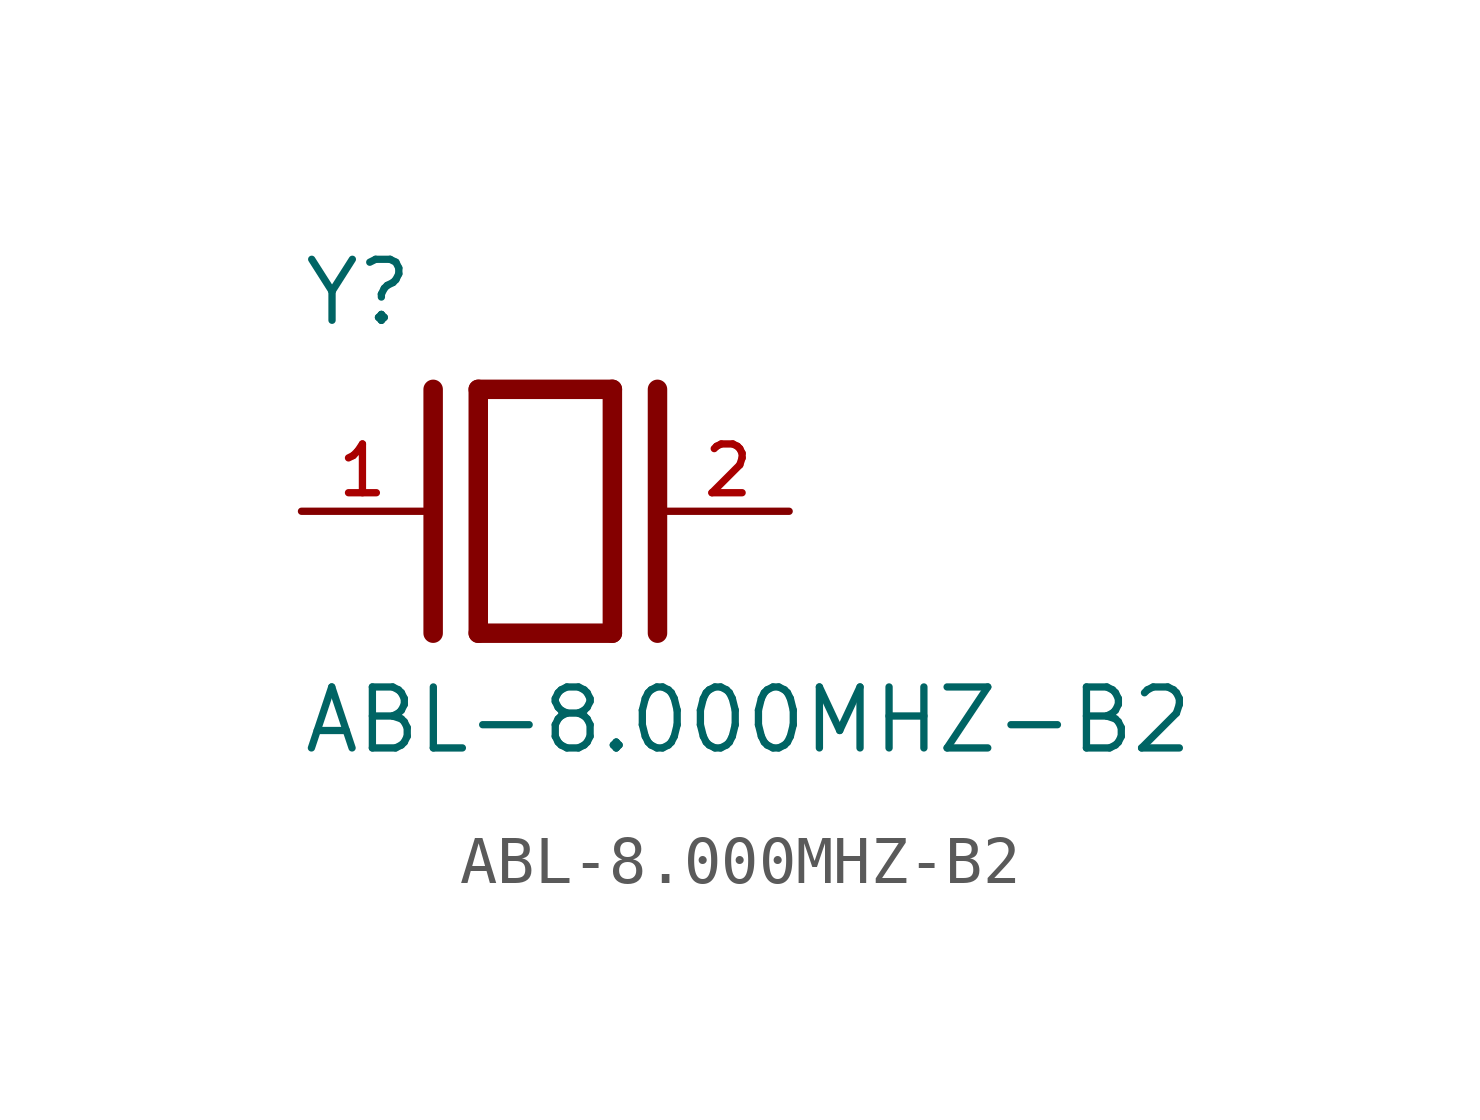
<source format=kicad_sym>
(kicad_symbol_lib
  (version 20211014)
  (generator kicad_symbol_editor)
  (symbol "ABL-8.000MHZ-B2"
    (pin_names
      (offset 1.016))
    (property "Reference" "Y"
      (at -5.088 3.816 0)
      (effects (font (size 1.27 1.27)) (justify bottom left)))
    (property "Value" "ABL-8.000MHZ-B2"
      (at -5.094 -5.094 0)
      (effects (font (size 1.27 1.27)) (justify bottom left)))
    (symbol "ABL-8.000MHZ-B2_0_0"
      (polyline (pts (xy -1.397 2.54) (xy 1.397 2.54)) (stroke (width 0.406)))
      (polyline (pts (xy 1.397 2.54) (xy 1.397 -2.54)) (stroke (width 0.406)))
      (polyline (pts (xy 1.397 -2.54) (xy -1.397 -2.54)) (stroke (width 0.406)))
      (polyline (pts (xy -1.397 2.54) (xy -1.397 -2.54)) (stroke (width 0.406)))
      (polyline (pts (xy 2.337 2.54) (xy 2.337 -2.54)) (stroke (width 0.406)))
      (polyline (pts (xy -2.337 2.54) (xy -2.337 -2.54)) (stroke (width 0.406)))
      (pin passive line (at 5.08 0.0 180.0) (length 2.54) (name "~" (effects (font (size 1.016 1.016)))) (number "2" (effects (font (size 1.016 1.016)))))
      (pin passive line (at -5.08 0.0 0) (length 2.54) (name "~" (effects (font (size 1.016 1.016)))) (number "1" (effects (font (size 1.016 1.016))))))))
</source>
